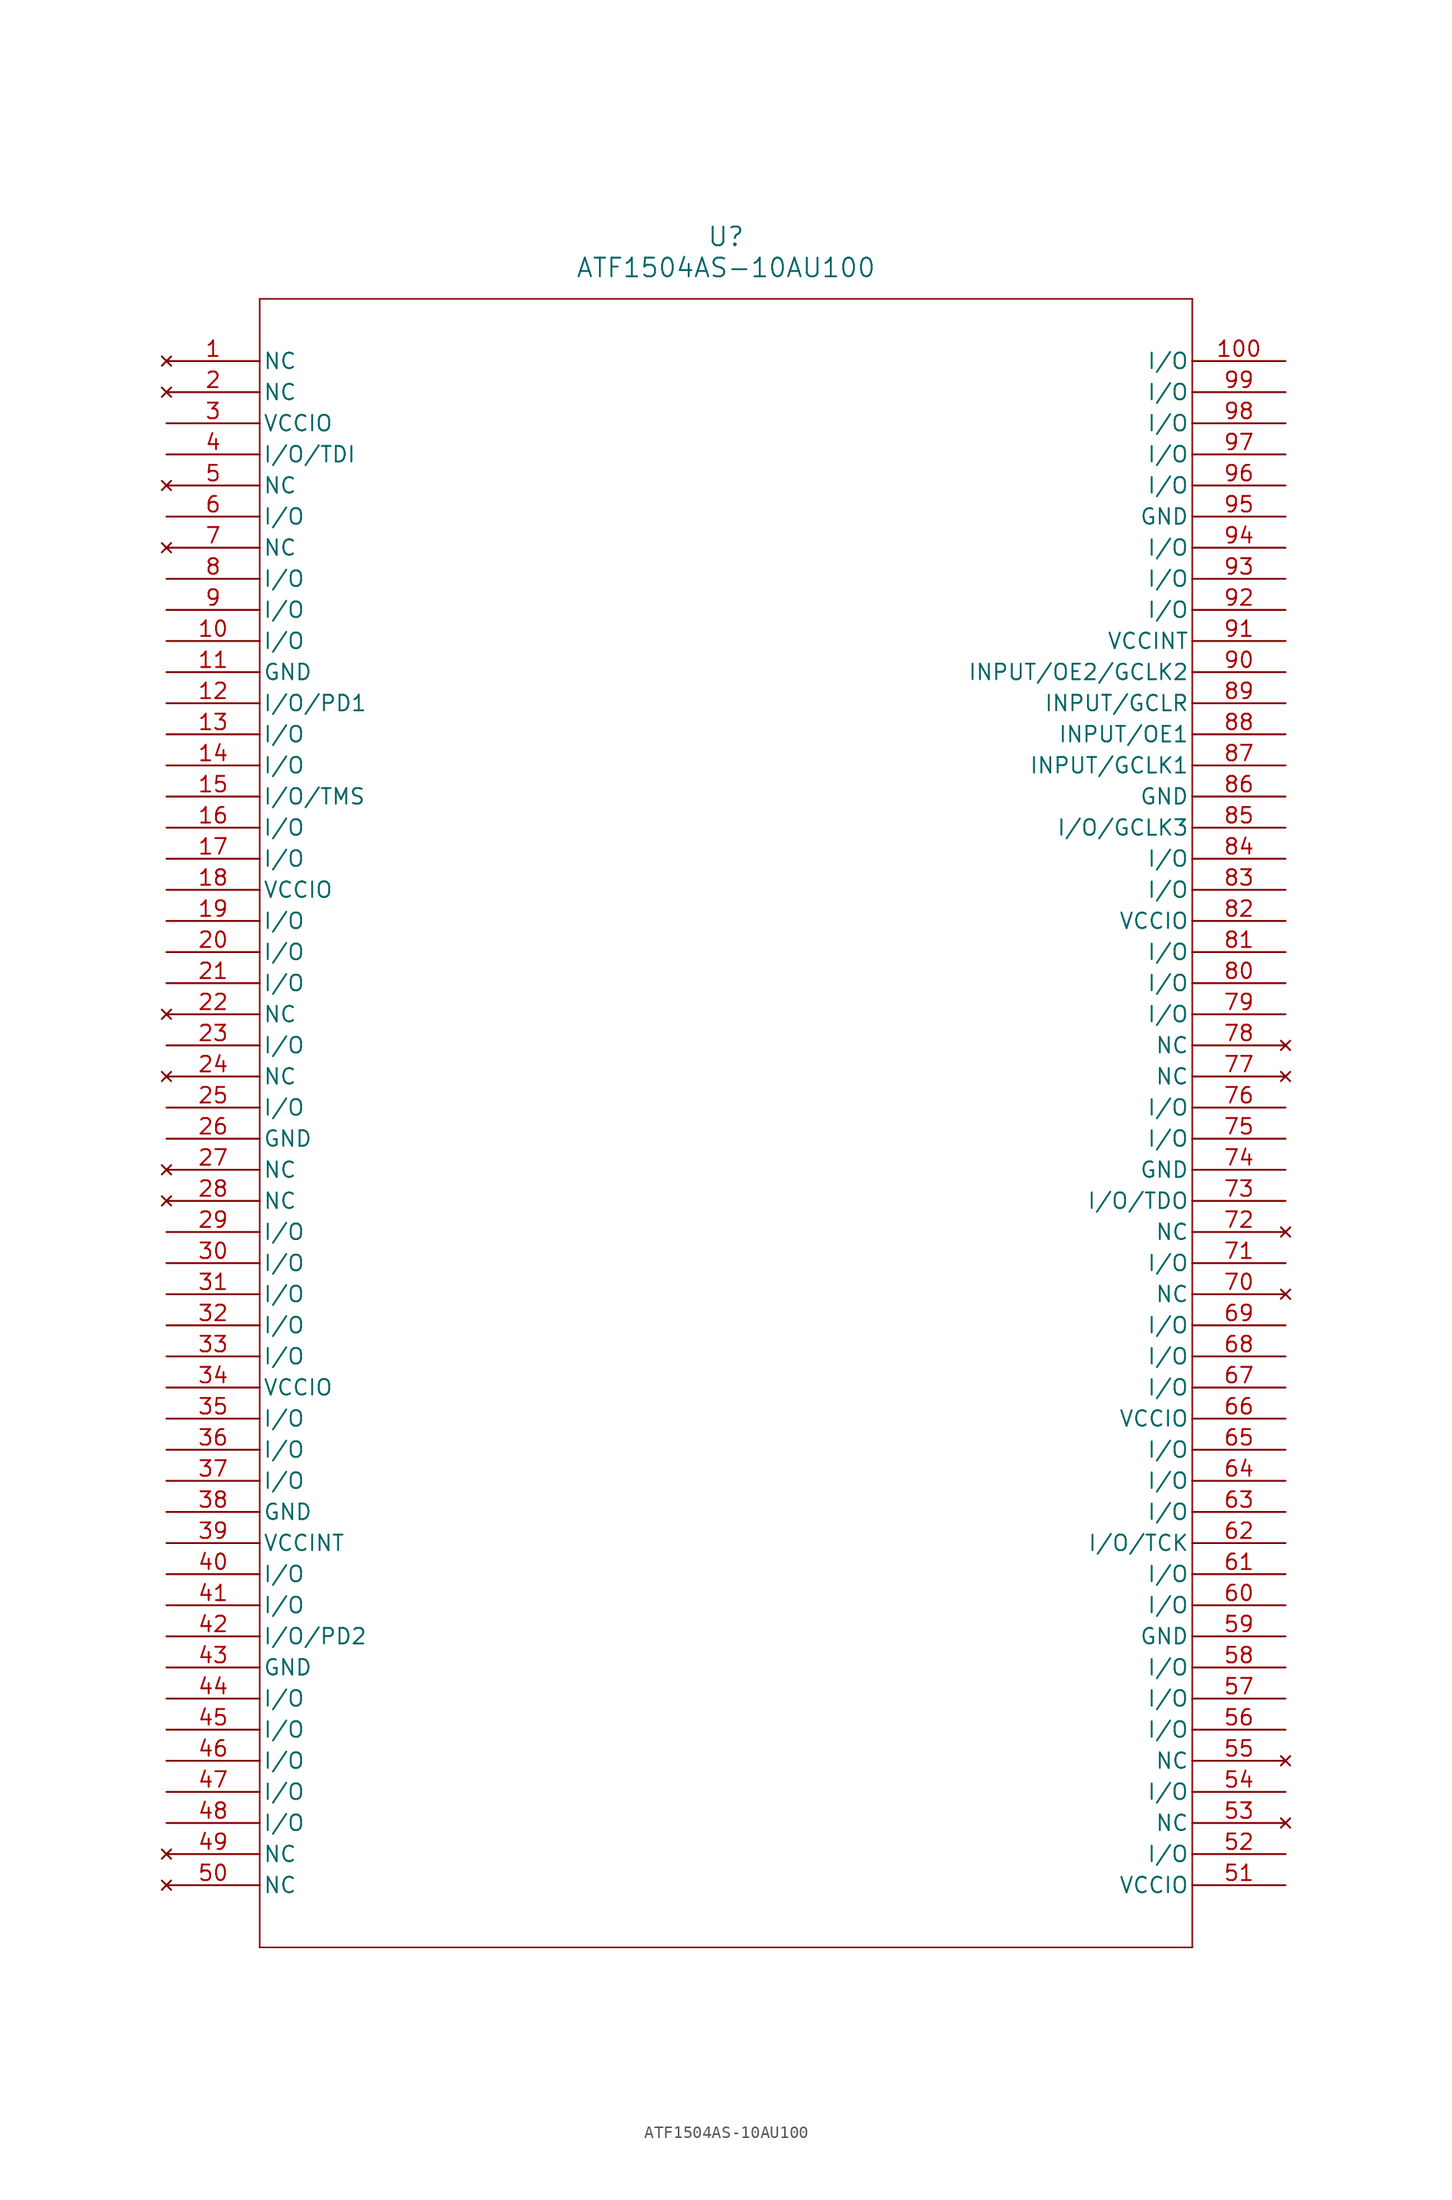
<source format=kicad_sym>
(kicad_symbol_lib
  (version 20211014)
  (generator kicad_symbol_editor)
  (symbol "ATF1504AS-10AU100"
    (pin_names
      (offset 0.254))
    (property "Reference" "U"
      (at 45.72 10.16 0)
      (effects (font (size 1.524 1.524))))
    (property "Value" "ATF1504AS-10AU100"
      (at 45.72 7.62 0)
      (effects (font (size 1.524 1.524))))
    (symbol "ATF1504AS-10AU100_0_1"
      (polyline (pts (xy 7.62 5.08) (xy 7.62 -129.54)) (stroke (width 0.127) (type default) (color 0 0 0 0)) (fill (type none)))
      (polyline (pts (xy 7.62 -129.54) (xy 83.82 -129.54)) (stroke (width 0.127) (type default) (color 0 0 0 0)) (fill (type none)))
      (polyline (pts (xy 83.82 -129.54) (xy 83.82 5.08)) (stroke (width 0.127) (type default) (color 0 0 0 0)) (fill (type none)))
      (polyline (pts (xy 83.82 5.08) (xy 7.62 5.08)) (stroke (width 0.127) (type default) (color 0 0 0 0)) (fill (type none)))
      (pin no_connect line (at 0 0 0) (length 7.62) (name "NC" (effects (font (size 1.27 1.27)))) (number "1" (effects (font (size 1.27 1.27)))))
      (pin no_connect line (at 0 -2.54 0) (length 7.62) (name "NC" (effects (font (size 1.27 1.27)))) (number "2" (effects (font (size 1.27 1.27)))))
      (pin power_in line (at 0 -5.08 0) (length 7.62) (name "VCCIO" (effects (font (size 1.27 1.27)))) (number "3" (effects (font (size 1.27 1.27)))))
      (pin bidirectional line (at 0 -7.62 0) (length 7.62) (name "I/O/TDI" (effects (font (size 1.27 1.27)))) (number "4" (effects (font (size 1.27 1.27)))))
      (pin no_connect line (at 0 -10.16 0) (length 7.62) (name "NC" (effects (font (size 1.27 1.27)))) (number "5" (effects (font (size 1.27 1.27)))))
      (pin bidirectional line (at 0 -12.7 0) (length 7.62) (name "I/O" (effects (font (size 1.27 1.27)))) (number "6" (effects (font (size 1.27 1.27)))))
      (pin no_connect line (at 0 -15.24 0) (length 7.62) (name "NC" (effects (font (size 1.27 1.27)))) (number "7" (effects (font (size 1.27 1.27)))))
      (pin bidirectional line (at 0 -17.78 0) (length 7.62) (name "I/O" (effects (font (size 1.27 1.27)))) (number "8" (effects (font (size 1.27 1.27)))))
      (pin bidirectional line (at 0 -20.32 0) (length 7.62) (name "I/O" (effects (font (size 1.27 1.27)))) (number "9" (effects (font (size 1.27 1.27)))))
      (pin bidirectional line (at 0 -22.86 0) (length 7.62) (name "I/O" (effects (font (size 1.27 1.27)))) (number "10" (effects (font (size 1.27 1.27)))))
      (pin power_in line (at 0 -25.4 0) (length 7.62) (name "GND" (effects (font (size 1.27 1.27)))) (number "11" (effects (font (size 1.27 1.27)))))
      (pin bidirectional line (at 0 -27.94 0) (length 7.62) (name "I/O/PD1" (effects (font (size 1.27 1.27)))) (number "12" (effects (font (size 1.27 1.27)))))
      (pin bidirectional line (at 0 -30.48 0) (length 7.62) (name "I/O" (effects (font (size 1.27 1.27)))) (number "13" (effects (font (size 1.27 1.27)))))
      (pin bidirectional line (at 0 -33.02 0) (length 7.62) (name "I/O" (effects (font (size 1.27 1.27)))) (number "14" (effects (font (size 1.27 1.27)))))
      (pin bidirectional line (at 0 -35.56 0) (length 7.62) (name "I/O/TMS" (effects (font (size 1.27 1.27)))) (number "15" (effects (font (size 1.27 1.27)))))
      (pin bidirectional line (at 0 -38.1 0) (length 7.62) (name "I/O" (effects (font (size 1.27 1.27)))) (number "16" (effects (font (size 1.27 1.27)))))
      (pin bidirectional line (at 0 -40.64 0) (length 7.62) (name "I/O" (effects (font (size 1.27 1.27)))) (number "17" (effects (font (size 1.27 1.27)))))
      (pin power_in line (at 0 -43.18 0) (length 7.62) (name "VCCIO" (effects (font (size 1.27 1.27)))) (number "18" (effects (font (size 1.27 1.27)))))
      (pin bidirectional line (at 0 -45.72 0) (length 7.62) (name "I/O" (effects (font (size 1.27 1.27)))) (number "19" (effects (font (size 1.27 1.27)))))
      (pin bidirectional line (at 0 -48.26 0) (length 7.62) (name "I/O" (effects (font (size 1.27 1.27)))) (number "20" (effects (font (size 1.27 1.27)))))
      (pin bidirectional line (at 0 -50.8 0) (length 7.62) (name "I/O" (effects (font (size 1.27 1.27)))) (number "21" (effects (font (size 1.27 1.27)))))
      (pin no_connect line (at 0 -53.34 0) (length 7.62) (name "NC" (effects (font (size 1.27 1.27)))) (number "22" (effects (font (size 1.27 1.27)))))
      (pin bidirectional line (at 0 -55.88 0) (length 7.62) (name "I/O" (effects (font (size 1.27 1.27)))) (number "23" (effects (font (size 1.27 1.27)))))
      (pin no_connect line (at 0 -58.42 0) (length 7.62) (name "NC" (effects (font (size 1.27 1.27)))) (number "24" (effects (font (size 1.27 1.27)))))
      (pin bidirectional line (at 0 -60.96 0) (length 7.62) (name "I/O" (effects (font (size 1.27 1.27)))) (number "25" (effects (font (size 1.27 1.27)))))
      (pin power_in line (at 0 -63.5 0) (length 7.62) (name "GND" (effects (font (size 1.27 1.27)))) (number "26" (effects (font (size 1.27 1.27)))))
      (pin no_connect line (at 0 -66.04 0) (length 7.62) (name "NC" (effects (font (size 1.27 1.27)))) (number "27" (effects (font (size 1.27 1.27)))))
      (pin no_connect line (at 0 -68.58 0) (length 7.62) (name "NC" (effects (font (size 1.27 1.27)))) (number "28" (effects (font (size 1.27 1.27)))))
      (pin bidirectional line (at 0 -71.12 0) (length 7.62) (name "I/O" (effects (font (size 1.27 1.27)))) (number "29" (effects (font (size 1.27 1.27)))))
      (pin bidirectional line (at 0 -73.66 0) (length 7.62) (name "I/O" (effects (font (size 1.27 1.27)))) (number "30" (effects (font (size 1.27 1.27)))))
      (pin bidirectional line (at 0 -76.2 0) (length 7.62) (name "I/O" (effects (font (size 1.27 1.27)))) (number "31" (effects (font (size 1.27 1.27)))))
      (pin bidirectional line (at 0 -78.74 0) (length 7.62) (name "I/O" (effects (font (size 1.27 1.27)))) (number "32" (effects (font (size 1.27 1.27)))))
      (pin bidirectional line (at 0 -81.28 0) (length 7.62) (name "I/O" (effects (font (size 1.27 1.27)))) (number "33" (effects (font (size 1.27 1.27)))))
      (pin power_in line (at 0 -83.82 0) (length 7.62) (name "VCCIO" (effects (font (size 1.27 1.27)))) (number "34" (effects (font (size 1.27 1.27)))))
      (pin bidirectional line (at 0 -86.36 0) (length 7.62) (name "I/O" (effects (font (size 1.27 1.27)))) (number "35" (effects (font (size 1.27 1.27)))))
      (pin bidirectional line (at 0 -88.9 0) (length 7.62) (name "I/O" (effects (font (size 1.27 1.27)))) (number "36" (effects (font (size 1.27 1.27)))))
      (pin bidirectional line (at 0 -91.44 0) (length 7.62) (name "I/O" (effects (font (size 1.27 1.27)))) (number "37" (effects (font (size 1.27 1.27)))))
      (pin power_in line (at 0 -93.98 0) (length 7.62) (name "GND" (effects (font (size 1.27 1.27)))) (number "38" (effects (font (size 1.27 1.27)))))
      (pin power_in line (at 0 -96.52 0) (length 7.62) (name "VCCINT" (effects (font (size 1.27 1.27)))) (number "39" (effects (font (size 1.27 1.27)))))
      (pin bidirectional line (at 0 -99.06 0) (length 7.62) (name "I/O" (effects (font (size 1.27 1.27)))) (number "40" (effects (font (size 1.27 1.27)))))
      (pin bidirectional line (at 0 -101.6 0) (length 7.62) (name "I/O" (effects (font (size 1.27 1.27)))) (number "41" (effects (font (size 1.27 1.27)))))
      (pin bidirectional line (at 0 -104.14 0) (length 7.62) (name "I/O/PD2" (effects (font (size 1.27 1.27)))) (number "42" (effects (font (size 1.27 1.27)))))
      (pin power_in line (at 0 -106.68 0) (length 7.62) (name "GND" (effects (font (size 1.27 1.27)))) (number "43" (effects (font (size 1.27 1.27)))))
      (pin bidirectional line (at 0 -109.22 0) (length 7.62) (name "I/O" (effects (font (size 1.27 1.27)))) (number "44" (effects (font (size 1.27 1.27)))))
      (pin bidirectional line (at 0 -111.76 0) (length 7.62) (name "I/O" (effects (font (size 1.27 1.27)))) (number "45" (effects (font (size 1.27 1.27)))))
      (pin bidirectional line (at 0 -114.3 0) (length 7.62) (name "I/O" (effects (font (size 1.27 1.27)))) (number "46" (effects (font (size 1.27 1.27)))))
      (pin bidirectional line (at 0 -116.84 0) (length 7.62) (name "I/O" (effects (font (size 1.27 1.27)))) (number "47" (effects (font (size 1.27 1.27)))))
      (pin bidirectional line (at 0 -119.38 0) (length 7.62) (name "I/O" (effects (font (size 1.27 1.27)))) (number "48" (effects (font (size 1.27 1.27)))))
      (pin no_connect line (at 0 -121.92 0) (length 7.62) (name "NC" (effects (font (size 1.27 1.27)))) (number "49" (effects (font (size 1.27 1.27)))))
      (pin no_connect line (at 0 -124.46 0) (length 7.62) (name "NC" (effects (font (size 1.27 1.27)))) (number "50" (effects (font (size 1.27 1.27)))))
      (pin power_in line (at 91.44 -124.46 180) (length 7.62) (name "VCCIO" (effects (font (size 1.27 1.27)))) (number "51" (effects (font (size 1.27 1.27)))))
      (pin bidirectional line (at 91.44 -121.92 180) (length 7.62) (name "I/O" (effects (font (size 1.27 1.27)))) (number "52" (effects (font (size 1.27 1.27)))))
      (pin no_connect line (at 91.44 -119.38 180) (length 7.62) (name "NC" (effects (font (size 1.27 1.27)))) (number "53" (effects (font (size 1.27 1.27)))))
      (pin bidirectional line (at 91.44 -116.84 180) (length 7.62) (name "I/O" (effects (font (size 1.27 1.27)))) (number "54" (effects (font (size 1.27 1.27)))))
      (pin no_connect line (at 91.44 -114.3 180) (length 7.62) (name "NC" (effects (font (size 1.27 1.27)))) (number "55" (effects (font (size 1.27 1.27)))))
      (pin bidirectional line (at 91.44 -111.76 180) (length 7.62) (name "I/O" (effects (font (size 1.27 1.27)))) (number "56" (effects (font (size 1.27 1.27)))))
      (pin bidirectional line (at 91.44 -109.22 180) (length 7.62) (name "I/O" (effects (font (size 1.27 1.27)))) (number "57" (effects (font (size 1.27 1.27)))))
      (pin bidirectional line (at 91.44 -106.68 180) (length 7.62) (name "I/O" (effects (font (size 1.27 1.27)))) (number "58" (effects (font (size 1.27 1.27)))))
      (pin power_in line (at 91.44 -104.14 180) (length 7.62) (name "GND" (effects (font (size 1.27 1.27)))) (number "59" (effects (font (size 1.27 1.27)))))
      (pin bidirectional line (at 91.44 -101.6 180) (length 7.62) (name "I/O" (effects (font (size 1.27 1.27)))) (number "60" (effects (font (size 1.27 1.27)))))
      (pin bidirectional line (at 91.44 -99.06 180) (length 7.62) (name "I/O" (effects (font (size 1.27 1.27)))) (number "61" (effects (font (size 1.27 1.27)))))
      (pin bidirectional line (at 91.44 -96.52 180) (length 7.62) (name "I/O/TCK" (effects (font (size 1.27 1.27)))) (number "62" (effects (font (size 1.27 1.27)))))
      (pin bidirectional line (at 91.44 -93.98 180) (length 7.62) (name "I/O" (effects (font (size 1.27 1.27)))) (number "63" (effects (font (size 1.27 1.27)))))
      (pin bidirectional line (at 91.44 -91.44 180) (length 7.62) (name "I/O" (effects (font (size 1.27 1.27)))) (number "64" (effects (font (size 1.27 1.27)))))
      (pin bidirectional line (at 91.44 -88.9 180) (length 7.62) (name "I/O" (effects (font (size 1.27 1.27)))) (number "65" (effects (font (size 1.27 1.27)))))
      (pin power_in line (at 91.44 -86.36 180) (length 7.62) (name "VCCIO" (effects (font (size 1.27 1.27)))) (number "66" (effects (font (size 1.27 1.27)))))
      (pin bidirectional line (at 91.44 -83.82 180) (length 7.62) (name "I/O" (effects (font (size 1.27 1.27)))) (number "67" (effects (font (size 1.27 1.27)))))
      (pin bidirectional line (at 91.44 -81.28 180) (length 7.62) (name "I/O" (effects (font (size 1.27 1.27)))) (number "68" (effects (font (size 1.27 1.27)))))
      (pin bidirectional line (at 91.44 -78.74 180) (length 7.62) (name "I/O" (effects (font (size 1.27 1.27)))) (number "69" (effects (font (size 1.27 1.27)))))
      (pin no_connect line (at 91.44 -76.2 180) (length 7.62) (name "NC" (effects (font (size 1.27 1.27)))) (number "70" (effects (font (size 1.27 1.27)))))
      (pin bidirectional line (at 91.44 -73.66 180) (length 7.62) (name "I/O" (effects (font (size 1.27 1.27)))) (number "71" (effects (font (size 1.27 1.27)))))
      (pin no_connect line (at 91.44 -71.12 180) (length 7.62) (name "NC" (effects (font (size 1.27 1.27)))) (number "72" (effects (font (size 1.27 1.27)))))
      (pin bidirectional line (at 91.44 -68.58 180) (length 7.62) (name "I/O/TDO" (effects (font (size 1.27 1.27)))) (number "73" (effects (font (size 1.27 1.27)))))
      (pin power_in line (at 91.44 -66.04 180) (length 7.62) (name "GND" (effects (font (size 1.27 1.27)))) (number "74" (effects (font (size 1.27 1.27)))))
      (pin bidirectional line (at 91.44 -63.5 180) (length 7.62) (name "I/O" (effects (font (size 1.27 1.27)))) (number "75" (effects (font (size 1.27 1.27)))))
      (pin bidirectional line (at 91.44 -60.96 180) (length 7.62) (name "I/O" (effects (font (size 1.27 1.27)))) (number "76" (effects (font (size 1.27 1.27)))))
      (pin no_connect line (at 91.44 -58.42 180) (length 7.62) (name "NC" (effects (font (size 1.27 1.27)))) (number "77" (effects (font (size 1.27 1.27)))))
      (pin no_connect line (at 91.44 -55.88 180) (length 7.62) (name "NC" (effects (font (size 1.27 1.27)))) (number "78" (effects (font (size 1.27 1.27)))))
      (pin bidirectional line (at 91.44 -53.34 180) (length 7.62) (name "I/O" (effects (font (size 1.27 1.27)))) (number "79" (effects (font (size 1.27 1.27)))))
      (pin bidirectional line (at 91.44 -50.8 180) (length 7.62) (name "I/O" (effects (font (size 1.27 1.27)))) (number "80" (effects (font (size 1.27 1.27)))))
      (pin bidirectional line (at 91.44 -48.26 180) (length 7.62) (name "I/O" (effects (font (size 1.27 1.27)))) (number "81" (effects (font (size 1.27 1.27)))))
      (pin power_in line (at 91.44 -45.72 180) (length 7.62) (name "VCCIO" (effects (font (size 1.27 1.27)))) (number "82" (effects (font (size 1.27 1.27)))))
      (pin bidirectional line (at 91.44 -43.18 180) (length 7.62) (name "I/O" (effects (font (size 1.27 1.27)))) (number "83" (effects (font (size 1.27 1.27)))))
      (pin bidirectional line (at 91.44 -40.64 180) (length 7.62) (name "I/O" (effects (font (size 1.27 1.27)))) (number "84" (effects (font (size 1.27 1.27)))))
      (pin bidirectional line (at 91.44 -38.1 180) (length 7.62) (name "I/O/GCLK3" (effects (font (size 1.27 1.27)))) (number "85" (effects (font (size 1.27 1.27)))))
      (pin power_in line (at 91.44 -35.56 180) (length 7.62) (name "GND" (effects (font (size 1.27 1.27)))) (number "86" (effects (font (size 1.27 1.27)))))
      (pin bidirectional line (at 91.44 -33.02 180) (length 7.62) (name "INPUT/GCLK1" (effects (font (size 1.27 1.27)))) (number "87" (effects (font (size 1.27 1.27)))))
      (pin bidirectional line (at 91.44 -30.48 180) (length 7.62) (name "INPUT/OE1" (effects (font (size 1.27 1.27)))) (number "88" (effects (font (size 1.27 1.27)))))
      (pin bidirectional line (at 91.44 -27.94 180) (length 7.62) (name "INPUT/GCLR" (effects (font (size 1.27 1.27)))) (number "89" (effects (font (size 1.27 1.27)))))
      (pin bidirectional line (at 91.44 -25.4 180) (length 7.62) (name "INPUT/OE2/GCLK2" (effects (font (size 1.27 1.27)))) (number "90" (effects (font (size 1.27 1.27)))))
      (pin power_in line (at 91.44 -22.86 180) (length 7.62) (name "VCCINT" (effects (font (size 1.27 1.27)))) (number "91" (effects (font (size 1.27 1.27)))))
      (pin bidirectional line (at 91.44 -20.32 180) (length 7.62) (name "I/O" (effects (font (size 1.27 1.27)))) (number "92" (effects (font (size 1.27 1.27)))))
      (pin bidirectional line (at 91.44 -17.78 180) (length 7.62) (name "I/O" (effects (font (size 1.27 1.27)))) (number "93" (effects (font (size 1.27 1.27)))))
      (pin bidirectional line (at 91.44 -15.24 180) (length 7.62) (name "I/O" (effects (font (size 1.27 1.27)))) (number "94" (effects (font (size 1.27 1.27)))))
      (pin power_in line (at 91.44 -12.7 180) (length 7.62) (name "GND" (effects (font (size 1.27 1.27)))) (number "95" (effects (font (size 1.27 1.27)))))
      (pin bidirectional line (at 91.44 -10.16 180) (length 7.62) (name "I/O" (effects (font (size 1.27 1.27)))) (number "96" (effects (font (size 1.27 1.27)))))
      (pin bidirectional line (at 91.44 -7.62 180) (length 7.62) (name "I/O" (effects (font (size 1.27 1.27)))) (number "97" (effects (font (size 1.27 1.27)))))
      (pin bidirectional line (at 91.44 -5.08 180) (length 7.62) (name "I/O" (effects (font (size 1.27 1.27)))) (number "98" (effects (font (size 1.27 1.27)))))
      (pin bidirectional line (at 91.44 -2.54 180) (length 7.62) (name "I/O" (effects (font (size 1.27 1.27)))) (number "99" (effects (font (size 1.27 1.27)))))
      (pin bidirectional line (at 91.44 0 180) (length 7.62) (name "I/O" (effects (font (size 1.27 1.27)))) (number "100" (effects (font (size 1.27 1.27))))))))
</source>
